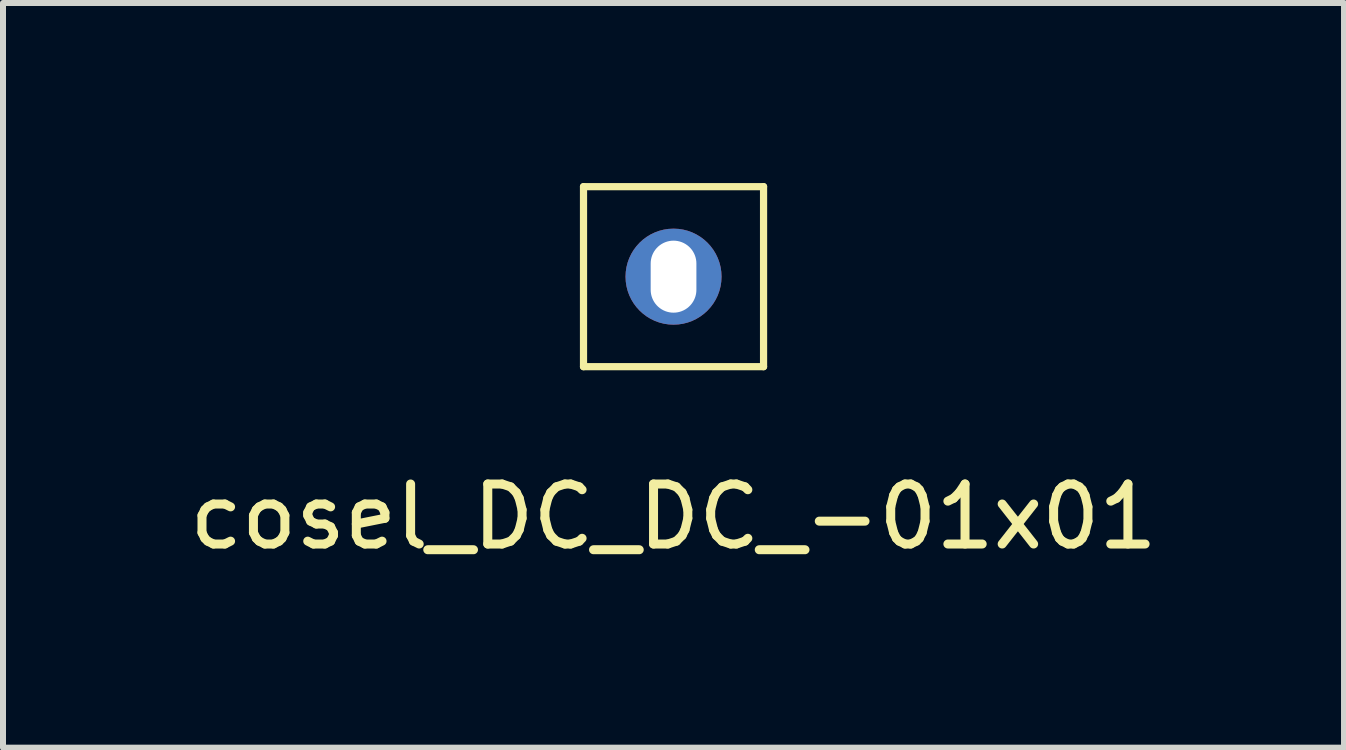
<source format=kicad_pcb>
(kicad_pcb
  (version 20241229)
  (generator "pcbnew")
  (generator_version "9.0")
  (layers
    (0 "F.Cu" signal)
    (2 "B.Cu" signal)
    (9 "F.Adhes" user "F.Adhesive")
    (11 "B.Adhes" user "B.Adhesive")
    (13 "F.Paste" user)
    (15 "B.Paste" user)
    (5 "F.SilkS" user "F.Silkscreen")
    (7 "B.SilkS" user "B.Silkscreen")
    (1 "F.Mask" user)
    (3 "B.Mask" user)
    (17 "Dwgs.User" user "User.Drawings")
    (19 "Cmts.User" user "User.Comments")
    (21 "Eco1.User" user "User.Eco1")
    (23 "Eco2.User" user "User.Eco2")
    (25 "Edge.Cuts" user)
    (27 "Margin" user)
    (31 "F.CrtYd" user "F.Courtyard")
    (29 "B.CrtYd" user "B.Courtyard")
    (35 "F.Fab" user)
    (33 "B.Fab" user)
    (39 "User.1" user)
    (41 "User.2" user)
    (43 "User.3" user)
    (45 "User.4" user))
  (footprint "cosel_DC_DC_-01x01"
    (layer "F.Cu")
    (at 8.173 1.56)
    (property "Reference" "cosel_DC_DC_-01x01" (at 0 4 0) (layer "F.SilkS") (effects (font (size 1 1) (thickness 0.15))))
    (attr through_hole)
    (fp_line (start -1.5 -1.5) (end 1.5 -1.5) (stroke (width 0.12) (type solid)) (layer "F.SilkS"))
    (fp_line (start -1.5 1.5) (end -1.5 -1.5) (stroke (width 0.12) (type solid)) (layer "F.SilkS"))
    (fp_line (start 1.5 -1.5) (end 1.5 1.5) (stroke (width 0.12) (type solid)) (layer "F.SilkS"))
    (fp_line (start 1.5 1.5) (end -1.5 1.5) (stroke (width 0.12) (type solid)) (layer "F.SilkS"))
    (pad "1" thru_hole circle (at 0 0) (size 1.6 1.6) (drill oval 0.762 1.2) (layers "*.Cu" "*.Mask")))
  (gr_rect
    (start -3 -3)
    (end 19.345 9.408)
    (stroke (width 0.1) (type default))
    (fill no)
    (layer "Edge.Cuts")))
</source>
